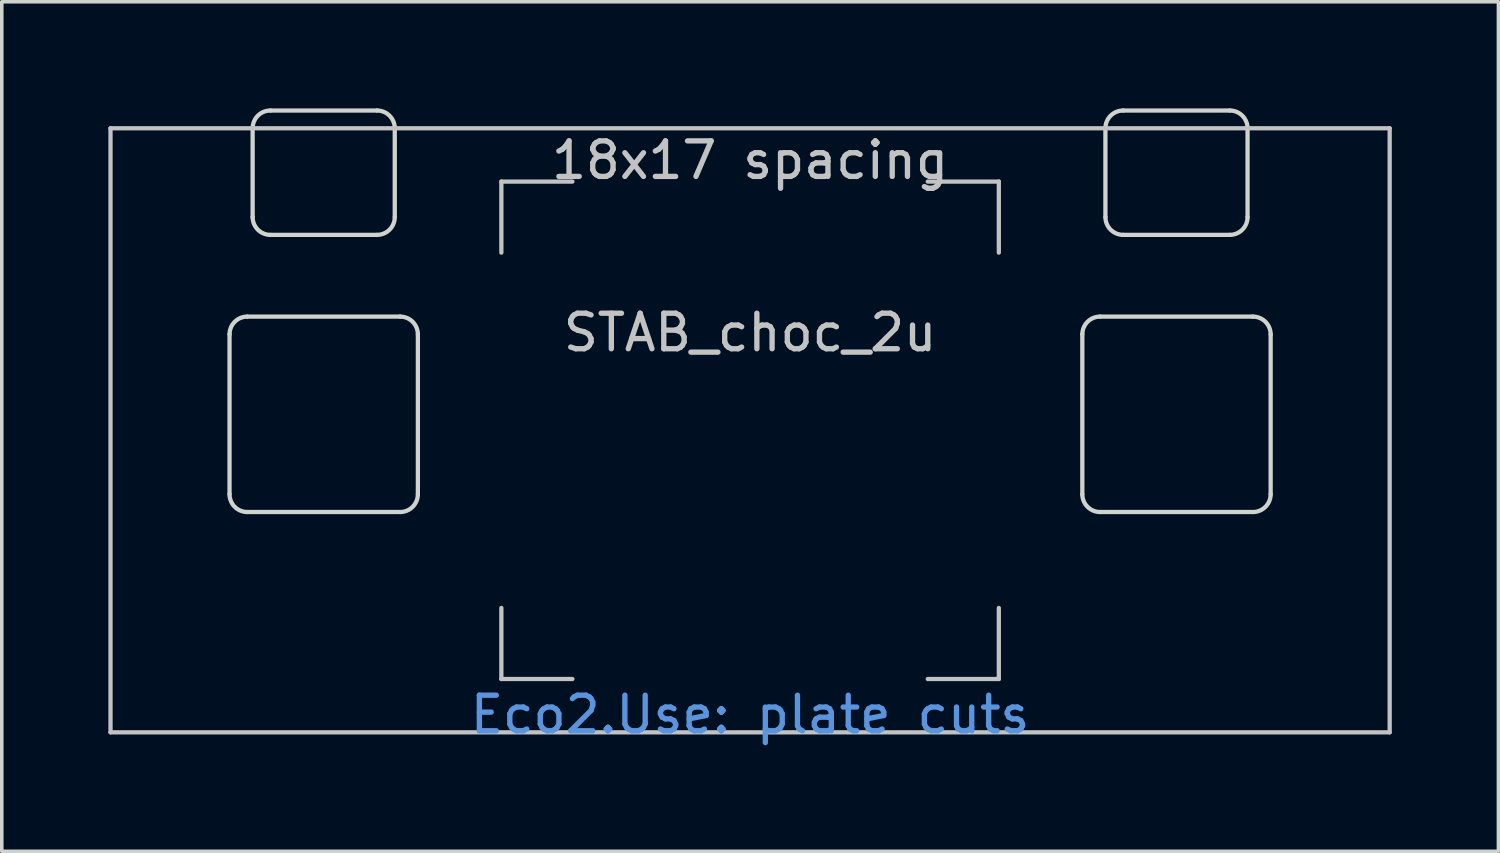
<source format=kicad_pcb>
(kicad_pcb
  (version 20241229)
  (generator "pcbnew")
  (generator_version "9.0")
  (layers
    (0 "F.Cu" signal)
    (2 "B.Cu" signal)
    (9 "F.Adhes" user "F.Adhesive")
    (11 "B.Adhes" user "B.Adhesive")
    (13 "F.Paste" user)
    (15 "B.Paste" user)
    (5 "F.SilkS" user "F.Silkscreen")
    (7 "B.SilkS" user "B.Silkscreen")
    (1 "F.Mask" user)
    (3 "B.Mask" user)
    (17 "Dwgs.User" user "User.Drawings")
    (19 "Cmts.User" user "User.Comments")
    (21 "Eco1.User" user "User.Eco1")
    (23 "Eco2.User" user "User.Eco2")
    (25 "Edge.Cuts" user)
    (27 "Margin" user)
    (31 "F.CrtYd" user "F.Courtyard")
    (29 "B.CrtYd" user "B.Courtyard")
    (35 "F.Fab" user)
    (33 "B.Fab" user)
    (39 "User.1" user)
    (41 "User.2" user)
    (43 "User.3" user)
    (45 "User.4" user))
  (footprint "STAB_choc_2u"
    (layer "F.Cu")
    (at 18.06 9.06)
    (property "Reference" "STAB_choc_2u" (at 0 -2.75 180) (layer "Dwgs.User") (effects (font (size 1 1) (thickness 0.15))))
    (attr exclude_from_pos_files exclude_from_bom)
    (fp_line (start -18 -8.5) (end 18 -8.5) (stroke (width 0.12) (type solid)) (layer "Dwgs.User"))
    (fp_line (start -18 8.5) (end -18 -8.5) (stroke (width 0.12) (type solid)) (layer "Dwgs.User"))
    (fp_line (start -7 -7) (end -7 -5) (stroke (width 0.12) (type solid)) (layer "Dwgs.User"))
    (fp_line (start -7 -7) (end -5 -7) (stroke (width 0.12) (type solid)) (layer "Dwgs.User"))
    (fp_line (start -7 7) (end -7 5) (stroke (width 0.12) (type solid)) (layer "Dwgs.User"))
    (fp_line (start -7 7) (end -5 7) (stroke (width 0.12) (type solid)) (layer "Dwgs.User"))
    (fp_line (start 7 -7) (end 5 -7) (stroke (width 0.12) (type solid)) (layer "Dwgs.User"))
    (fp_line (start 7 -7) (end 7 -5) (stroke (width 0.12) (type solid)) (layer "Dwgs.User"))
    (fp_line (start 7 5) (end 7 7) (stroke (width 0.12) (type solid)) (layer "Dwgs.User"))
    (fp_line (start 7 7) (end 5 7) (stroke (width 0.12) (type solid)) (layer "Dwgs.User"))
    (fp_line (start 18 -8.5) (end 18 8.5) (stroke (width 0.12) (type solid)) (layer "Dwgs.User"))
    (fp_line (start 18 8.5) (end -18 8.5) (stroke (width 0.12) (type solid)) (layer "Dwgs.User"))
    (fp_line (start -15.15 2.55) (end -15.15 -3.3) (stroke (width 0.05) (type solid)) (layer "Eco2.User"))
    (fp_line (start -14.65 -3.8) (end -14.3 -3.8) (stroke (width 0.05) (type solid)) (layer "Eco2.User"))
    (fp_line (start -14.65 3.05) (end -9.35 3.05) (stroke (width 0.05) (type solid)) (layer "Eco2.User"))
    (fp_line (start -13.8 -4.3) (end -13.8 -7.95) (stroke (width 0.05) (type solid)) (layer "Eco2.User"))
    (fp_line (start -13.3 -8.45) (end -10.7 -8.45) (stroke (width 0.05) (type solid)) (layer "Eco2.User"))
    (fp_line (start -10.2 -4.3) (end -10.2 -7.95) (stroke (width 0.05) (type solid)) (layer "Eco2.User"))
    (fp_line (start -9.35 -3.8) (end -9.7 -3.8) (stroke (width 0.05) (type solid)) (layer "Eco2.User"))
    (fp_line (start -8.85 2.55) (end -8.85 -3.3) (stroke (width 0.05) (type solid)) (layer "Eco2.User"))
    (fp_line (start 8.85 2.55) (end 8.85 -3.3) (stroke (width 0.05) (type solid)) (layer "Eco2.User"))
    (fp_line (start 9.35 -3.8) (end 9.7 -3.8) (stroke (width 0.05) (type solid)) (layer "Eco2.User"))
    (fp_line (start 10.2 -4.3) (end 10.2 -7.95) (stroke (width 0.05) (type solid)) (layer "Eco2.User"))
    (fp_line (start 13.3 -8.45) (end 10.7 -8.45) (stroke (width 0.05) (type solid)) (layer "Eco2.User"))
    (fp_line (start 13.8 -4.3) (end 13.8 -7.95) (stroke (width 0.05) (type solid)) (layer "Eco2.User"))
    (fp_line (start 14.65 -3.8) (end 14.3 -3.8) (stroke (width 0.05) (type solid)) (layer "Eco2.User"))
    (fp_line (start 14.65 3.05) (end 9.35 3.05) (stroke (width 0.05) (type solid)) (layer "Eco2.User"))
    (fp_line (start 15.15 2.55) (end 15.15 -3.3) (stroke (width 0.05) (type solid)) (layer "Eco2.User"))
    (fp_arc (start -15.15 -3.3) (mid -15.003553 -3.653553) (end -14.65 -3.8) (stroke (width 0.05) (type solid)) (layer "Eco2.User"))
    (fp_arc (start -14.65 3.05) (mid -15.003553 2.903553) (end -15.15 2.55) (stroke (width 0.05) (type solid)) (layer "Eco2.User"))
    (fp_arc (start -13.8 -7.95) (mid -13.653553 -8.303553) (end -13.3 -8.45) (stroke (width 0.05) (type solid)) (layer "Eco2.User"))
    (fp_arc (start -13.8 -4.3) (mid -13.946447 -3.946447) (end -14.3 -3.8) (stroke (width 0.05) (type solid)) (layer "Eco2.User"))
    (fp_arc (start -10.7 -8.45) (mid -10.346447 -8.303553) (end -10.2 -7.95) (stroke (width 0.05) (type solid)) (layer "Eco2.User"))
    (fp_arc (start -9.7 -3.8) (mid -10.053553 -3.946447) (end -10.2 -4.3) (stroke (width 0.05) (type solid)) (layer "Eco2.User"))
    (fp_arc (start -9.35 -3.8) (mid -8.996447 -3.653553) (end -8.85 -3.3) (stroke (width 0.05) (type solid)) (layer "Eco2.User"))
    (fp_arc (start -8.85 2.55) (mid -8.996447 2.903553) (end -9.35 3.05) (stroke (width 0.05) (type solid)) (layer "Eco2.User"))
    (fp_arc (start 8.85 -3.3) (mid 8.996447 -3.653553) (end 9.35 -3.8) (stroke (width 0.05) (type solid)) (layer "Eco2.User"))
    (fp_arc (start 9.35 3.05) (mid 8.996447 2.903553) (end 8.85 2.55) (stroke (width 0.05) (type solid)) (layer "Eco2.User"))
    (fp_arc (start 10.2 -7.95) (mid 10.346447 -8.303553) (end 10.7 -8.45) (stroke (width 0.05) (type solid)) (layer "Eco2.User"))
    (fp_arc (start 10.2 -4.3) (mid 10.053553 -3.946447) (end 9.7 -3.8) (stroke (width 0.05) (type solid)) (layer "Eco2.User"))
    (fp_arc (start 13.3 -8.45) (mid 13.653553 -8.303553) (end 13.8 -7.95) (stroke (width 0.05) (type solid)) (layer "Eco2.User"))
    (fp_arc (start 14.3 -3.8) (mid 13.946447 -3.946447) (end 13.8 -4.3) (stroke (width 0.05) (type solid)) (layer "Eco2.User"))
    (fp_arc (start 14.65 -3.8) (mid 15.003553 -3.653553) (end 15.15 -3.3) (stroke (width 0.05) (type solid)) (layer "Eco2.User"))
    (fp_arc (start 15.15 2.55) (mid 15.003553 2.903553) (end 14.65 3.05) (stroke (width 0.05) (type solid)) (layer "Eco2.User"))
    (fp_line (start -14.65 1.8) (end -14.65 -2.7) (stroke (width 0.12) (type solid)) (layer "Edge.Cuts"))
    (fp_line (start -14.15 -3.2) (end -9.85 -3.2) (stroke (width 0.12) (type solid)) (layer "Edge.Cuts"))
    (fp_line (start -14.15 2.3) (end -9.85 2.3) (stroke (width 0.12) (type solid)) (layer "Edge.Cuts"))
    (fp_line (start -14 -6) (end -14 -8.5) (stroke (width 0.12) (type solid)) (layer "Edge.Cuts"))
    (fp_line (start -13.5 -9) (end -10.5 -9) (stroke (width 0.12) (type solid)) (layer "Edge.Cuts"))
    (fp_line (start -13.5 -5.5) (end -10.5 -5.5) (stroke (width 0.12) (type solid)) (layer "Edge.Cuts"))
    (fp_line (start -10 -6) (end -10 -8.5) (stroke (width 0.12) (type solid)) (layer "Edge.Cuts"))
    (fp_line (start -9.35 1.8) (end -9.35 -2.7) (stroke (width 0.12) (type solid)) (layer "Edge.Cuts"))
    (fp_line (start 9.35 1.8) (end 9.35 -2.7) (stroke (width 0.12) (type solid)) (layer "Edge.Cuts"))
    (fp_line (start 10 -6) (end 10 -8.5) (stroke (width 0.12) (type solid)) (layer "Edge.Cuts"))
    (fp_line (start 13.5 -9) (end 10.5 -9) (stroke (width 0.12) (type solid)) (layer "Edge.Cuts"))
    (fp_line (start 13.5 -5.5) (end 10.5 -5.5) (stroke (width 0.12) (type solid)) (layer "Edge.Cuts"))
    (fp_line (start 14 -6) (end 14 -8.5) (stroke (width 0.12) (type solid)) (layer "Edge.Cuts"))
    (fp_line (start 14.15 -3.2) (end 9.85 -3.2) (stroke (width 0.12) (type solid)) (layer "Edge.Cuts"))
    (fp_line (start 14.15 2.3) (end 9.85 2.3) (stroke (width 0.12) (type solid)) (layer "Edge.Cuts"))
    (fp_line (start 14.65 1.8) (end 14.65 -2.7) (stroke (width 0.12) (type solid)) (layer "Edge.Cuts"))
    (fp_arc (start -14.65 -2.7) (mid -14.503553 -3.053553) (end -14.15 -3.2) (stroke (width 0.12) (type solid)) (layer "Edge.Cuts"))
    (fp_arc (start -14.15 2.3) (mid -14.503553 2.153553) (end -14.65 1.8) (stroke (width 0.12) (type solid)) (layer "Edge.Cuts"))
    (fp_arc (start -14 -8.5) (mid -13.853553 -8.853553) (end -13.5 -9) (stroke (width 0.12) (type solid)) (layer "Edge.Cuts"))
    (fp_arc (start -13.5 -5.5) (mid -13.853553 -5.646447) (end -14 -6) (stroke (width 0.12) (type solid)) (layer "Edge.Cuts"))
    (fp_arc (start -10.5 -9) (mid -10.146447 -8.853553) (end -10 -8.5) (stroke (width 0.12) (type solid)) (layer "Edge.Cuts"))
    (fp_arc (start -10 -6) (mid -10.146447 -5.646447) (end -10.5 -5.5) (stroke (width 0.12) (type solid)) (layer "Edge.Cuts"))
    (fp_arc (start -9.85 -3.2) (mid -9.496447 -3.053553) (end -9.35 -2.7) (stroke (width 0.12) (type solid)) (layer "Edge.Cuts"))
    (fp_arc (start -9.35 1.8) (mid -9.496447 2.153553) (end -9.85 2.3) (stroke (width 0.12) (type solid)) (layer "Edge.Cuts"))
    (fp_arc (start 9.35 -2.7) (mid 9.496447 -3.053553) (end 9.85 -3.2) (stroke (width 0.12) (type solid)) (layer "Edge.Cuts"))
    (fp_arc (start 9.85 2.3) (mid 9.496447 2.153553) (end 9.35 1.8) (stroke (width 0.12) (type solid)) (layer "Edge.Cuts"))
    (fp_arc (start 10 -8.5) (mid 10.146447 -8.853553) (end 10.5 -9) (stroke (width 0.12) (type solid)) (layer "Edge.Cuts"))
    (fp_arc (start 10.5 -5.5) (mid 10.146447 -5.646447) (end 10 -6) (stroke (width 0.12) (type solid)) (layer "Edge.Cuts"))
    (fp_arc (start 13.5 -9) (mid 13.853553 -8.853553) (end 14 -8.5) (stroke (width 0.12) (type solid)) (layer "Edge.Cuts"))
    (fp_arc (start 14 -6) (mid 13.853553 -5.646447) (end 13.5 -5.5) (stroke (width 0.12) (type solid)) (layer "Edge.Cuts"))
    (fp_arc (start 14.15 -3.2) (mid 14.503553 -3.053553) (end 14.65 -2.7) (stroke (width 0.12) (type solid)) (layer "Edge.Cuts"))
    (fp_arc (start 14.65 1.8) (mid 14.503553 2.153553) (end 14.15 2.3) (stroke (width 0.12) (type solid)) (layer "Edge.Cuts"))
    (fp_text user "18x17 spacing" (at 0 -7.6 0) (layer "Dwgs.User") (effects (font (size 1 1) (thickness 0.15))))
    (fp_text user "Eco2.Use: plate cuts" (at 0 8 0) (layer "Cmts.User") (effects (font (size 1 1) (thickness 0.15)))))
  (gr_rect
    (start -3 -3)
    (end 39.12 20.908)
    (stroke (width 0.1) (type default))
    (fill no)
    (layer "Edge.Cuts")))
</source>
